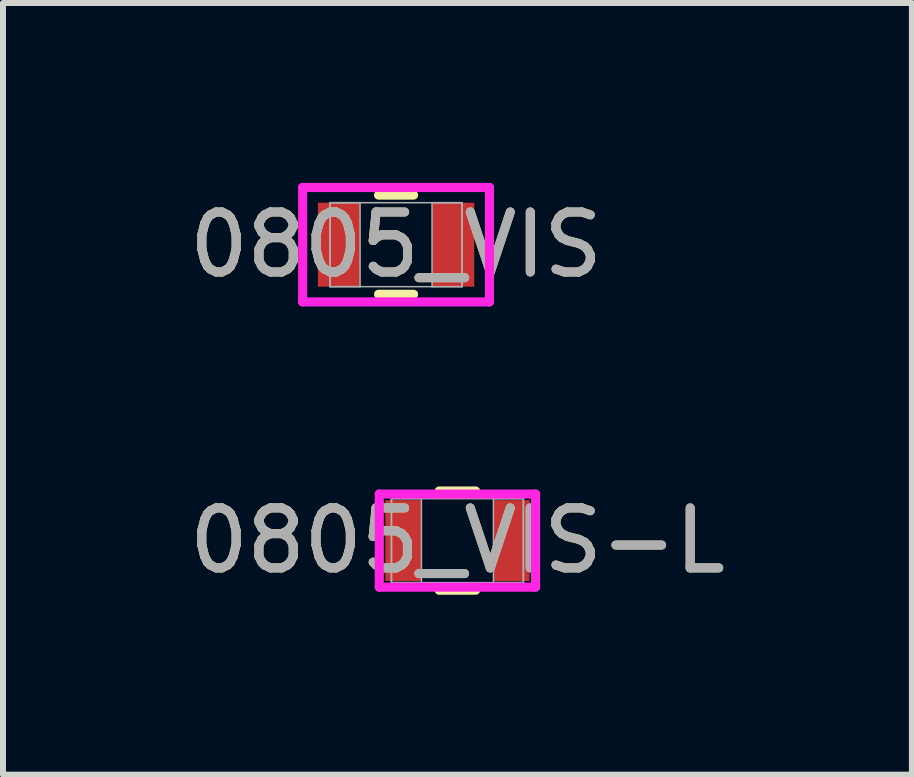
<source format=kicad_pcb>
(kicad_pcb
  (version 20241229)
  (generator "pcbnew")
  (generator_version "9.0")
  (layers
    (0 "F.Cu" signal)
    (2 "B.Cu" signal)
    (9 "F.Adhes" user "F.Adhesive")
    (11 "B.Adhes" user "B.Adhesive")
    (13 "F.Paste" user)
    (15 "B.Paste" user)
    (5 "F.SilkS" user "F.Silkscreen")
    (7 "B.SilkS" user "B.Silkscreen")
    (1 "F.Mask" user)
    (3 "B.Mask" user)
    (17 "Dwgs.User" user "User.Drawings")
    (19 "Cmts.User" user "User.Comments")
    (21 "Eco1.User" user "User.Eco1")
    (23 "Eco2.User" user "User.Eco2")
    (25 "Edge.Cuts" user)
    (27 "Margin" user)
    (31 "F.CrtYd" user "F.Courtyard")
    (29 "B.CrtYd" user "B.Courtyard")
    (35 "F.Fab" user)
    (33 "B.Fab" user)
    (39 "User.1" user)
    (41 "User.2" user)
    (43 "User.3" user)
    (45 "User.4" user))
  (footprint "0805_VIS"
    (layer "F.Cu")
    (at 3.554 1.03)
    (property "Reference" "0805_VIS" (at 0 0 0) (unlocked yes) (layer "F.SilkS") (effects (font (size 1 1) (thickness 0.15))))
    (attr smd)
    (fp_line (start -0.292 0.827) (end 0.292 0.827) (stroke (width 0.152) (type solid)) (layer "F.SilkS"))
    (fp_line (start 0.292 -0.827) (end -0.292 -0.827) (stroke (width 0.152) (type solid)) (layer "F.SilkS"))
    (fp_line (start -1.557 -0.954) (end 1.557 -0.954) (stroke (width 0.152) (type solid)) (layer "F.CrtYd"))
    (fp_line (start -1.557 0.954) (end -1.557 -0.954) (stroke (width 0.152) (type solid)) (layer "F.CrtYd"))
    (fp_line (start 1.557 -0.954) (end 1.557 0.954) (stroke (width 0.152) (type solid)) (layer "F.CrtYd"))
    (fp_line (start 1.557 0.954) (end -1.557 0.954) (stroke (width 0.152) (type solid)) (layer "F.CrtYd"))
    (fp_line (start -1.1 -0.7) (end -1.1 0.7) (stroke (width 0.025) (type solid)) (layer "F.Fab"))
    (fp_line (start -1.1 -0.7) (end -1.1 0.7) (stroke (width 0.025) (type solid)) (layer "F.Fab"))
    (fp_line (start -1.1 0.7) (end -0.6 0.7) (stroke (width 0.025) (type solid)) (layer "F.Fab"))
    (fp_line (start -1.1 0.7) (end 1.1 0.7) (stroke (width 0.025) (type solid)) (layer "F.Fab"))
    (fp_line (start -0.6 -0.7) (end -1.1 -0.7) (stroke (width 0.025) (type solid)) (layer "F.Fab"))
    (fp_line (start -0.6 0.7) (end -0.6 -0.7) (stroke (width 0.025) (type solid)) (layer "F.Fab"))
    (fp_line (start 0.6 -0.7) (end 0.6 0.7) (stroke (width 0.025) (type solid)) (layer "F.Fab"))
    (fp_line (start 0.6 0.7) (end 1.1 0.7) (stroke (width 0.025) (type solid)) (layer "F.Fab"))
    (fp_line (start 1.1 -0.7) (end -1.1 -0.7) (stroke (width 0.025) (type solid)) (layer "F.Fab"))
    (fp_line (start 1.1 -0.7) (end 0.6 -0.7) (stroke (width 0.025) (type solid)) (layer "F.Fab"))
    (fp_line (start 1.1 0.7) (end 1.1 -0.7) (stroke (width 0.025) (type solid)) (layer "F.Fab"))
    (fp_line (start 1.1 0.7) (end 1.1 -0.7) (stroke (width 0.025) (type solid)) (layer "F.Fab"))
    (fp_text user "${REFERENCE}" (at 0 0 0) (unlocked yes) (layer "F.Fab") (effects (font (size 1 1) (thickness 0.15))))
    (pad "1" smd rect (at -0.952 0) (size 0.703 1.4) (layers "F.Cu" "F.Mask" "F.Paste"))
    (pad "2" smd rect (at 0.952 0) (size 0.703 1.4) (layers "F.Cu" "F.Mask" "F.Paste"))
    (zone (net_name "") (layer "F.Cu") (hatch full 0.508) (connect_pads) (min_thickness 0.254) (filled_areas_thickness no) (keepout (tracks not_allowed) (vias not_allowed) (pads allowed) (copperpour not_allowed) (footprints allowed)) (placement (enabled no)) (fill) (polygon (pts (xy 3.004 0.381) (xy 4.103 0.381) (xy 4.103 1.679) (xy 3.004 1.679)))))
  (footprint "0805_VIS-L"
    (layer "F.Cu")
    (at 4.577 5.964)
    (property "Reference" "0805_VIS-L" (at 0 0 0) (unlocked yes) (layer "F.SilkS") (effects (font (size 1 1) (thickness 0.15))))
    (attr smd)
    (fp_line (start -0.304 0.827) (end 0.304 0.827) (stroke (width 0.152) (type solid)) (layer "F.SilkS"))
    (fp_line (start 0.304 -0.827) (end -0.304 -0.827) (stroke (width 0.152) (type solid)) (layer "F.SilkS"))
    (fp_line (start -1.303 -0.776) (end 1.303 -0.776) (stroke (width 0.152) (type solid)) (layer "F.CrtYd"))
    (fp_line (start -1.303 0.776) (end -1.303 -0.776) (stroke (width 0.152) (type solid)) (layer "F.CrtYd"))
    (fp_line (start 1.303 -0.776) (end 1.303 0.776) (stroke (width 0.152) (type solid)) (layer "F.CrtYd"))
    (fp_line (start 1.303 0.776) (end -1.303 0.776) (stroke (width 0.152) (type solid)) (layer "F.CrtYd"))
    (fp_line (start -1.1 -0.7) (end -1.1 0.7) (stroke (width 0.025) (type solid)) (layer "F.Fab"))
    (fp_line (start -1.1 -0.7) (end -1.1 0.7) (stroke (width 0.025) (type solid)) (layer "F.Fab"))
    (fp_line (start -1.1 0.7) (end -0.6 0.7) (stroke (width 0.025) (type solid)) (layer "F.Fab"))
    (fp_line (start -1.1 0.7) (end 1.1 0.7) (stroke (width 0.025) (type solid)) (layer "F.Fab"))
    (fp_line (start -0.6 -0.7) (end -1.1 -0.7) (stroke (width 0.025) (type solid)) (layer "F.Fab"))
    (fp_line (start -0.6 0.7) (end -0.6 -0.7) (stroke (width 0.025) (type solid)) (layer "F.Fab"))
    (fp_line (start 0.6 -0.7) (end 0.6 0.7) (stroke (width 0.025) (type solid)) (layer "F.Fab"))
    (fp_line (start 0.6 0.7) (end 1.1 0.7) (stroke (width 0.025) (type solid)) (layer "F.Fab"))
    (fp_line (start 1.1 -0.7) (end -1.1 -0.7) (stroke (width 0.025) (type solid)) (layer "F.Fab"))
    (fp_line (start 1.1 -0.7) (end 0.6 -0.7) (stroke (width 0.025) (type solid)) (layer "F.Fab"))
    (fp_line (start 1.1 0.7) (end 1.1 -0.7) (stroke (width 0.025) (type solid)) (layer "F.Fab"))
    (fp_line (start 1.1 0.7) (end 1.1 -0.7) (stroke (width 0.025) (type solid)) (layer "F.Fab"))
    (fp_text user "${REFERENCE}" (at 0 0 0) (unlocked yes) (layer "F.Fab") (effects (font (size 1 1) (thickness 0.15))))
    (pad "1" smd rect (at -0.901 0) (size 0.602 1.349) (layers "F.Cu" "F.Mask" "F.Paste"))
    (pad "2" smd rect (at 0.901 0) (size 0.602 1.349) (layers "F.Cu" "F.Mask" "F.Paste"))
    (zone (net_name "") (layer "F.Cu") (hatch full 0.508) (connect_pads) (min_thickness 0.254) (filled_areas_thickness no) (keepout (tracks not_allowed) (vias not_allowed) (pads allowed) (copperpour not_allowed) (footprints allowed)) (placement (enabled no)) (fill) (polygon (pts (xy 4.028 5.314) (xy 5.127 5.314) (xy 5.127 6.613) (xy 4.028 6.613)))))
  (gr_rect
    (start -3 -3)
    (end 12.155 9.867)
    (stroke (width 0.1) (type default))
    (fill no)
    (layer "Edge.Cuts")))
</source>
